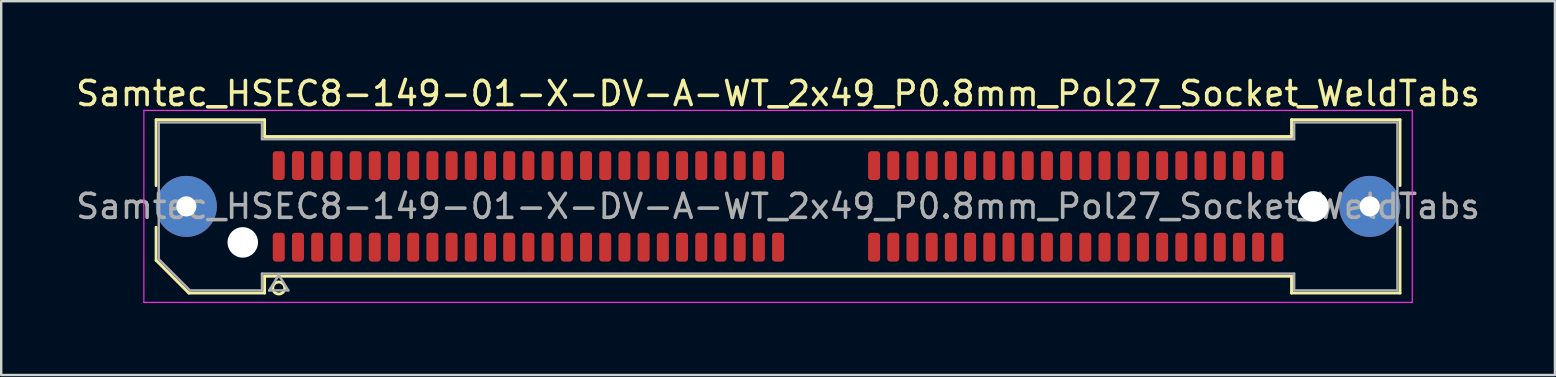
<source format=kicad_pcb>
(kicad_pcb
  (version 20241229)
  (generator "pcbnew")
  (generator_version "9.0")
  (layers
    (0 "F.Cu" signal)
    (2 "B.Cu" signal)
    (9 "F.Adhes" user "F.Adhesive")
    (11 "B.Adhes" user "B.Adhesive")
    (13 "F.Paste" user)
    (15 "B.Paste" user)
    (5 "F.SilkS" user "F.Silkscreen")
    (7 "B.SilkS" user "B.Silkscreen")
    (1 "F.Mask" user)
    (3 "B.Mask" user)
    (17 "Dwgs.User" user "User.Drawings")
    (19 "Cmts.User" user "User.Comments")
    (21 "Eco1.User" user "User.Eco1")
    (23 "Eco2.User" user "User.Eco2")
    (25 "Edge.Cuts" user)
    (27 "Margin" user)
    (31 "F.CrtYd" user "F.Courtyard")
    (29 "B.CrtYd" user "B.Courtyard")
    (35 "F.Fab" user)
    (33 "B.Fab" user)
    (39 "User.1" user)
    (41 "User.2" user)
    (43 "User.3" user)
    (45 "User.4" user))
  (footprint "Samtec_HSEC8-149-01-X-DV-A-WT_2x49_P0.8mm_Pol27_Socket_WeldTabs"
    (layer "F.Cu")
    (at 29.363 5.548)
    (property "Reference" "Samtec_HSEC8-149-01-X-DV-A-WT_2x49_P0.8mm_Pol27_Socket_WeldTabs" (at 0 -4.7 0) (layer "F.SilkS") (effects (font (size 1 1) (thickness 0.15))))
    (attr smd)
    (fp_line (start -25.91 -3.61) (end -21.39 -3.61) (stroke (width 0.12) (type solid)) (layer "F.SilkS"))
    (fp_line (start -25.91 -0.868) (end -25.91 -3.61) (stroke (width 0.12) (type solid)) (layer "F.SilkS"))
    (fp_line (start -25.91 2.246) (end -25.91 0.868) (stroke (width 0.12) (type solid)) (layer "F.SilkS"))
    (fp_line (start -24.546 3.61) (end -25.91 2.246) (stroke (width 0.12) (type solid)) (layer "F.SilkS"))
    (fp_line (start -21.39 -3.61) (end -21.39 -2.91) (stroke (width 0.12) (type solid)) (layer "F.SilkS"))
    (fp_line (start -21.39 -2.91) (end 21.39 -2.91) (stroke (width 0.12) (type solid)) (layer "F.SilkS"))
    (fp_line (start -21.39 2.91) (end -21.39 3.61) (stroke (width 0.12) (type solid)) (layer "F.SilkS"))
    (fp_line (start -21.39 3.61) (end -24.546 3.61) (stroke (width 0.12) (type solid)) (layer "F.SilkS"))
    (fp_line (start 21.39 -3.61) (end 25.91 -3.61) (stroke (width 0.12) (type solid)) (layer "F.SilkS"))
    (fp_line (start 21.39 -2.91) (end 21.39 -3.61) (stroke (width 0.12) (type solid)) (layer "F.SilkS"))
    (fp_line (start 21.39 2.91) (end -21.39 2.91) (stroke (width 0.12) (type solid)) (layer "F.SilkS"))
    (fp_line (start 21.39 3.61) (end 21.39 2.91) (stroke (width 0.12) (type solid)) (layer "F.SilkS"))
    (fp_line (start 25.91 -3.61) (end 25.91 -0.868) (stroke (width 0.12) (type solid)) (layer "F.SilkS"))
    (fp_line (start 25.91 0.868) (end 25.91 3.61) (stroke (width 0.12) (type solid)) (layer "F.SilkS"))
    (fp_line (start 25.91 3.61) (end 21.39 3.61) (stroke (width 0.12) (type solid)) (layer "F.SilkS"))
    (fp_circle (center -20.8 3.4) (end -20.55 3.4) (stroke (width 0.12) (type solid)) (fill no) (layer "F.SilkS"))
    (fp_line (start -26.42 -4) (end -26.42 4) (stroke (width 0.05) (type solid)) (layer "F.CrtYd"))
    (fp_line (start -26.42 4) (end 26.42 4) (stroke (width 0.05) (type solid)) (layer "F.CrtYd"))
    (fp_line (start 26.42 -4) (end -26.42 -4) (stroke (width 0.05) (type solid)) (layer "F.CrtYd"))
    (fp_line (start 26.42 4) (end 26.42 -4) (stroke (width 0.05) (type solid)) (layer "F.CrtYd"))
    (fp_line (start -25.8 -3.5) (end -21.5 -3.5) (stroke (width 0.1) (type solid)) (layer "F.Fab"))
    (fp_line (start -25.8 2.2) (end -25.8 -3.5) (stroke (width 0.1) (type solid)) (layer "F.Fab"))
    (fp_line (start -24.5 3.5) (end -25.8 2.2) (stroke (width 0.1) (type solid)) (layer "F.Fab"))
    (fp_line (start -21.5 -3.5) (end -21.5 -2.8) (stroke (width 0.1) (type solid)) (layer "F.Fab"))
    (fp_line (start -21.5 -2.8) (end 21.5 -2.8) (stroke (width 0.1) (type solid)) (layer "F.Fab"))
    (fp_line (start -21.5 2.8) (end -21.5 3.5) (stroke (width 0.1) (type solid)) (layer "F.Fab"))
    (fp_line (start -21.5 3.5) (end -24.5 3.5) (stroke (width 0.1) (type solid)) (layer "F.Fab"))
    (fp_line (start -21.2 3.5) (end -20.8 2.86) (stroke (width 0.1) (type solid)) (layer "F.Fab"))
    (fp_line (start -20.8 2.86) (end -20.4 3.5) (stroke (width 0.1) (type solid)) (layer "F.Fab"))
    (fp_line (start -20.4 3.5) (end -21.2 3.5) (stroke (width 0.1) (type solid)) (layer "F.Fab"))
    (fp_line (start 21.5 -3.5) (end 25.8 -3.5) (stroke (width 0.1) (type solid)) (layer "F.Fab"))
    (fp_line (start 21.5 -2.8) (end 21.5 -3.5) (stroke (width 0.1) (type solid)) (layer "F.Fab"))
    (fp_line (start 21.5 2.8) (end -21.5 2.8) (stroke (width 0.1) (type solid)) (layer "F.Fab"))
    (fp_line (start 21.5 3.5) (end 21.5 2.8) (stroke (width 0.1) (type solid)) (layer "F.Fab"))
    (fp_line (start 25.8 -3.5) (end 25.8 3.5) (stroke (width 0.1) (type solid)) (layer "F.Fab"))
    (fp_line (start 25.8 3.5) (end 21.5 3.5) (stroke (width 0.1) (type solid)) (layer "F.Fab"))
    (fp_text user "${REFERENCE}" (at 0 0 0) (layer "F.Fab") (effects (font (size 1 1) (thickness 0.15))))
    (pad "" thru_hole circle (at -24.65 0) (size 2.54 2.54) (drill 0.84) (layers "*.Cu" "*.Mask" "F.Paste"))
    (pad "" np_thru_hole circle (at -22.3 1.5) (size 1.27 1.27) (drill 1.27) (layers "*.Cu" "*.Mask"))
    (pad "" np_thru_hole circle (at 22.3 0) (size 1.27 1.27) (drill 1.27) (layers "*.Cu" "*.Mask"))
    (pad "" thru_hole circle (at 24.65 0) (size 2.54 2.54) (drill 0.84) (layers "*.Cu" "*.Mask" "F.Paste"))
    (pad "1" smd roundrect (at -20.8 1.7) (size 0.5 1.2) (layers "F.Cu" "F.Mask" "F.Paste") (roundrect_rratio 0.25))
    (pad "2" smd roundrect (at -20.8 -1.7) (size 0.5 1.2) (layers "F.Cu" "F.Mask" "F.Paste") (roundrect_rratio 0.25))
    (pad "3" smd roundrect (at -20 1.7) (size 0.5 1.2) (layers "F.Cu" "F.Mask" "F.Paste") (roundrect_rratio 0.25))
    (pad "4" smd roundrect (at -20 -1.7) (size 0.5 1.2) (layers "F.Cu" "F.Mask" "F.Paste") (roundrect_rratio 0.25))
    (pad "5" smd roundrect (at -19.2 1.7) (size 0.5 1.2) (layers "F.Cu" "F.Mask" "F.Paste") (roundrect_rratio 0.25))
    (pad "6" smd roundrect (at -19.2 -1.7) (size 0.5 1.2) (layers "F.Cu" "F.Mask" "F.Paste") (roundrect_rratio 0.25))
    (pad "7" smd roundrect (at -18.4 1.7) (size 0.5 1.2) (layers "F.Cu" "F.Mask" "F.Paste") (roundrect_rratio 0.25))
    (pad "8" smd roundrect (at -18.4 -1.7) (size 0.5 1.2) (layers "F.Cu" "F.Mask" "F.Paste") (roundrect_rratio 0.25))
    (pad "9" smd roundrect (at -17.6 1.7) (size 0.5 1.2) (layers "F.Cu" "F.Mask" "F.Paste") (roundrect_rratio 0.25))
    (pad "10" smd roundrect (at -17.6 -1.7) (size 0.5 1.2) (layers "F.Cu" "F.Mask" "F.Paste") (roundrect_rratio 0.25))
    (pad "11" smd roundrect (at -16.8 1.7) (size 0.5 1.2) (layers "F.Cu" "F.Mask" "F.Paste") (roundrect_rratio 0.25))
    (pad "12" smd roundrect (at -16.8 -1.7) (size 0.5 1.2) (layers "F.Cu" "F.Mask" "F.Paste") (roundrect_rratio 0.25))
    (pad "13" smd roundrect (at -16 1.7) (size 0.5 1.2) (layers "F.Cu" "F.Mask" "F.Paste") (roundrect_rratio 0.25))
    (pad "14" smd roundrect (at -16 -1.7) (size 0.5 1.2) (layers "F.Cu" "F.Mask" "F.Paste") (roundrect_rratio 0.25))
    (pad "15" smd roundrect (at -15.2 1.7) (size 0.5 1.2) (layers "F.Cu" "F.Mask" "F.Paste") (roundrect_rratio 0.25))
    (pad "16" smd roundrect (at -15.2 -1.7) (size 0.5 1.2) (layers "F.Cu" "F.Mask" "F.Paste") (roundrect_rratio 0.25))
    (pad "17" smd roundrect (at -14.4 1.7) (size 0.5 1.2) (layers "F.Cu" "F.Mask" "F.Paste") (roundrect_rratio 0.25))
    (pad "18" smd roundrect (at -14.4 -1.7) (size 0.5 1.2) (layers "F.Cu" "F.Mask" "F.Paste") (roundrect_rratio 0.25))
    (pad "19" smd roundrect (at -13.6 1.7) (size 0.5 1.2) (layers "F.Cu" "F.Mask" "F.Paste") (roundrect_rratio 0.25))
    (pad "20" smd roundrect (at -13.6 -1.7) (size 0.5 1.2) (layers "F.Cu" "F.Mask" "F.Paste") (roundrect_rratio 0.25))
    (pad "21" smd roundrect (at -12.8 1.7) (size 0.5 1.2) (layers "F.Cu" "F.Mask" "F.Paste") (roundrect_rratio 0.25))
    (pad "22" smd roundrect (at -12.8 -1.7) (size 0.5 1.2) (layers "F.Cu" "F.Mask" "F.Paste") (roundrect_rratio 0.25))
    (pad "23" smd roundrect (at -12 1.7) (size 0.5 1.2) (layers "F.Cu" "F.Mask" "F.Paste") (roundrect_rratio 0.25))
    (pad "24" smd roundrect (at -12 -1.7) (size 0.5 1.2) (layers "F.Cu" "F.Mask" "F.Paste") (roundrect_rratio 0.25))
    (pad "25" smd roundrect (at -11.2 1.7) (size 0.5 1.2) (layers "F.Cu" "F.Mask" "F.Paste") (roundrect_rratio 0.25))
    (pad "26" smd roundrect (at -11.2 -1.7) (size 0.5 1.2) (layers "F.Cu" "F.Mask" "F.Paste") (roundrect_rratio 0.25))
    (pad "27" smd roundrect (at -10.4 1.7) (size 0.5 1.2) (layers "F.Cu" "F.Mask" "F.Paste") (roundrect_rratio 0.25))
    (pad "28" smd roundrect (at -10.4 -1.7) (size 0.5 1.2) (layers "F.Cu" "F.Mask" "F.Paste") (roundrect_rratio 0.25))
    (pad "29" smd roundrect (at -9.6 1.7) (size 0.5 1.2) (layers "F.Cu" "F.Mask" "F.Paste") (roundrect_rratio 0.25))
    (pad "30" smd roundrect (at -9.6 -1.7) (size 0.5 1.2) (layers "F.Cu" "F.Mask" "F.Paste") (roundrect_rratio 0.25))
    (pad "31" smd roundrect (at -8.8 1.7) (size 0.5 1.2) (layers "F.Cu" "F.Mask" "F.Paste") (roundrect_rratio 0.25))
    (pad "32" smd roundrect (at -8.8 -1.7) (size 0.5 1.2) (layers "F.Cu" "F.Mask" "F.Paste") (roundrect_rratio 0.25))
    (pad "33" smd roundrect (at -8 1.7) (size 0.5 1.2) (layers "F.Cu" "F.Mask" "F.Paste") (roundrect_rratio 0.25))
    (pad "34" smd roundrect (at -8 -1.7) (size 0.5 1.2) (layers "F.Cu" "F.Mask" "F.Paste") (roundrect_rratio 0.25))
    (pad "35" smd roundrect (at -7.2 1.7) (size 0.5 1.2) (layers "F.Cu" "F.Mask" "F.Paste") (roundrect_rratio 0.25))
    (pad "36" smd roundrect (at -7.2 -1.7) (size 0.5 1.2) (layers "F.Cu" "F.Mask" "F.Paste") (roundrect_rratio 0.25))
    (pad "37" smd roundrect (at -6.4 1.7) (size 0.5 1.2) (layers "F.Cu" "F.Mask" "F.Paste") (roundrect_rratio 0.25))
    (pad "38" smd roundrect (at -6.4 -1.7) (size 0.5 1.2) (layers "F.Cu" "F.Mask" "F.Paste") (roundrect_rratio 0.25))
    (pad "39" smd roundrect (at -5.6 1.7) (size 0.5 1.2) (layers "F.Cu" "F.Mask" "F.Paste") (roundrect_rratio 0.25))
    (pad "40" smd roundrect (at -5.6 -1.7) (size 0.5 1.2) (layers "F.Cu" "F.Mask" "F.Paste") (roundrect_rratio 0.25))
    (pad "41" smd roundrect (at -4.8 1.7) (size 0.5 1.2) (layers "F.Cu" "F.Mask" "F.Paste") (roundrect_rratio 0.25))
    (pad "42" smd roundrect (at -4.8 -1.7) (size 0.5 1.2) (layers "F.Cu" "F.Mask" "F.Paste") (roundrect_rratio 0.25))
    (pad "43" smd roundrect (at -4 1.7) (size 0.5 1.2) (layers "F.Cu" "F.Mask" "F.Paste") (roundrect_rratio 0.25))
    (pad "44" smd roundrect (at -4 -1.7) (size 0.5 1.2) (layers "F.Cu" "F.Mask" "F.Paste") (roundrect_rratio 0.25))
    (pad "45" smd roundrect (at -3.2 1.7) (size 0.5 1.2) (layers "F.Cu" "F.Mask" "F.Paste") (roundrect_rratio 0.25))
    (pad "46" smd roundrect (at -3.2 -1.7) (size 0.5 1.2) (layers "F.Cu" "F.Mask" "F.Paste") (roundrect_rratio 0.25))
    (pad "47" smd roundrect (at -2.4 1.7) (size 0.5 1.2) (layers "F.Cu" "F.Mask" "F.Paste") (roundrect_rratio 0.25))
    (pad "48" smd roundrect (at -2.4 -1.7) (size 0.5 1.2) (layers "F.Cu" "F.Mask" "F.Paste") (roundrect_rratio 0.25))
    (pad "49" smd roundrect (at -1.6 1.7) (size 0.5 1.2) (layers "F.Cu" "F.Mask" "F.Paste") (roundrect_rratio 0.25))
    (pad "50" smd roundrect (at -1.6 -1.7) (size 0.5 1.2) (layers "F.Cu" "F.Mask" "F.Paste") (roundrect_rratio 0.25))
    (pad "51" smd roundrect (at -0.8 1.7) (size 0.5 1.2) (layers "F.Cu" "F.Mask" "F.Paste") (roundrect_rratio 0.25))
    (pad "52" smd roundrect (at -0.8 -1.7) (size 0.5 1.2) (layers "F.Cu" "F.Mask" "F.Paste") (roundrect_rratio 0.25))
    (pad "53" smd roundrect (at 0 1.7) (size 0.5 1.2) (layers "F.Cu" "F.Mask" "F.Paste") (roundrect_rratio 0.25))
    (pad "54" smd roundrect (at 0 -1.7) (size 0.5 1.2) (layers "F.Cu" "F.Mask" "F.Paste") (roundrect_rratio 0.25))
    (pad "55" smd roundrect (at 4 1.7) (size 0.5 1.2) (layers "F.Cu" "F.Mask" "F.Paste") (roundrect_rratio 0.25))
    (pad "56" smd roundrect (at 4 -1.7) (size 0.5 1.2) (layers "F.Cu" "F.Mask" "F.Paste") (roundrect_rratio 0.25))
    (pad "57" smd roundrect (at 4.8 1.7) (size 0.5 1.2) (layers "F.Cu" "F.Mask" "F.Paste") (roundrect_rratio 0.25))
    (pad "58" smd roundrect (at 4.8 -1.7) (size 0.5 1.2) (layers "F.Cu" "F.Mask" "F.Paste") (roundrect_rratio 0.25))
    (pad "59" smd roundrect (at 5.6 1.7) (size 0.5 1.2) (layers "F.Cu" "F.Mask" "F.Paste") (roundrect_rratio 0.25))
    (pad "60" smd roundrect (at 5.6 -1.7) (size 0.5 1.2) (layers "F.Cu" "F.Mask" "F.Paste") (roundrect_rratio 0.25))
    (pad "61" smd roundrect (at 6.4 1.7) (size 0.5 1.2) (layers "F.Cu" "F.Mask" "F.Paste") (roundrect_rratio 0.25))
    (pad "62" smd roundrect (at 6.4 -1.7) (size 0.5 1.2) (layers "F.Cu" "F.Mask" "F.Paste") (roundrect_rratio 0.25))
    (pad "63" smd roundrect (at 7.2 1.7) (size 0.5 1.2) (layers "F.Cu" "F.Mask" "F.Paste") (roundrect_rratio 0.25))
    (pad "64" smd roundrect (at 7.2 -1.7) (size 0.5 1.2) (layers "F.Cu" "F.Mask" "F.Paste") (roundrect_rratio 0.25))
    (pad "65" smd roundrect (at 8 1.7) (size 0.5 1.2) (layers "F.Cu" "F.Mask" "F.Paste") (roundrect_rratio 0.25))
    (pad "66" smd roundrect (at 8 -1.7) (size 0.5 1.2) (layers "F.Cu" "F.Mask" "F.Paste") (roundrect_rratio 0.25))
    (pad "67" smd roundrect (at 8.8 1.7) (size 0.5 1.2) (layers "F.Cu" "F.Mask" "F.Paste") (roundrect_rratio 0.25))
    (pad "68" smd roundrect (at 8.8 -1.7) (size 0.5 1.2) (layers "F.Cu" "F.Mask" "F.Paste") (roundrect_rratio 0.25))
    (pad "69" smd roundrect (at 9.6 1.7) (size 0.5 1.2) (layers "F.Cu" "F.Mask" "F.Paste") (roundrect_rratio 0.25))
    (pad "70" smd roundrect (at 9.6 -1.7) (size 0.5 1.2) (layers "F.Cu" "F.Mask" "F.Paste") (roundrect_rratio 0.25))
    (pad "71" smd roundrect (at 10.4 1.7) (size 0.5 1.2) (layers "F.Cu" "F.Mask" "F.Paste") (roundrect_rratio 0.25))
    (pad "72" smd roundrect (at 10.4 -1.7) (size 0.5 1.2) (layers "F.Cu" "F.Mask" "F.Paste") (roundrect_rratio 0.25))
    (pad "73" smd roundrect (at 11.2 1.7) (size 0.5 1.2) (layers "F.Cu" "F.Mask" "F.Paste") (roundrect_rratio 0.25))
    (pad "74" smd roundrect (at 11.2 -1.7) (size 0.5 1.2) (layers "F.Cu" "F.Mask" "F.Paste") (roundrect_rratio 0.25))
    (pad "75" smd roundrect (at 12 1.7) (size 0.5 1.2) (layers "F.Cu" "F.Mask" "F.Paste") (roundrect_rratio 0.25))
    (pad "76" smd roundrect (at 12 -1.7) (size 0.5 1.2) (layers "F.Cu" "F.Mask" "F.Paste") (roundrect_rratio 0.25))
    (pad "77" smd roundrect (at 12.8 1.7) (size 0.5 1.2) (layers "F.Cu" "F.Mask" "F.Paste") (roundrect_rratio 0.25))
    (pad "78" smd roundrect (at 12.8 -1.7) (size 0.5 1.2) (layers "F.Cu" "F.Mask" "F.Paste") (roundrect_rratio 0.25))
    (pad "79" smd roundrect (at 13.6 1.7) (size 0.5 1.2) (layers "F.Cu" "F.Mask" "F.Paste") (roundrect_rratio 0.25))
    (pad "80" smd roundrect (at 13.6 -1.7) (size 0.5 1.2) (layers "F.Cu" "F.Mask" "F.Paste") (roundrect_rratio 0.25))
    (pad "81" smd roundrect (at 14.4 1.7) (size 0.5 1.2) (layers "F.Cu" "F.Mask" "F.Paste") (roundrect_rratio 0.25))
    (pad "82" smd roundrect (at 14.4 -1.7) (size 0.5 1.2) (layers "F.Cu" "F.Mask" "F.Paste") (roundrect_rratio 0.25))
    (pad "83" smd roundrect (at 15.2 1.7) (size 0.5 1.2) (layers "F.Cu" "F.Mask" "F.Paste") (roundrect_rratio 0.25))
    (pad "84" smd roundrect (at 15.2 -1.7) (size 0.5 1.2) (layers "F.Cu" "F.Mask" "F.Paste") (roundrect_rratio 0.25))
    (pad "85" smd roundrect (at 16 1.7) (size 0.5 1.2) (layers "F.Cu" "F.Mask" "F.Paste") (roundrect_rratio 0.25))
    (pad "86" smd roundrect (at 16 -1.7) (size 0.5 1.2) (layers "F.Cu" "F.Mask" "F.Paste") (roundrect_rratio 0.25))
    (pad "87" smd roundrect (at 16.8 1.7) (size 0.5 1.2) (layers "F.Cu" "F.Mask" "F.Paste") (roundrect_rratio 0.25))
    (pad "88" smd roundrect (at 16.8 -1.7) (size 0.5 1.2) (layers "F.Cu" "F.Mask" "F.Paste") (roundrect_rratio 0.25))
    (pad "89" smd roundrect (at 17.6 1.7) (size 0.5 1.2) (layers "F.Cu" "F.Mask" "F.Paste") (roundrect_rratio 0.25))
    (pad "90" smd roundrect (at 17.6 -1.7) (size 0.5 1.2) (layers "F.Cu" "F.Mask" "F.Paste") (roundrect_rratio 0.25))
    (pad "91" smd roundrect (at 18.4 1.7) (size 0.5 1.2) (layers "F.Cu" "F.Mask" "F.Paste") (roundrect_rratio 0.25))
    (pad "92" smd roundrect (at 18.4 -1.7) (size 0.5 1.2) (layers "F.Cu" "F.Mask" "F.Paste") (roundrect_rratio 0.25))
    (pad "93" smd roundrect (at 19.2 1.7) (size 0.5 1.2) (layers "F.Cu" "F.Mask" "F.Paste") (roundrect_rratio 0.25))
    (pad "94" smd roundrect (at 19.2 -1.7) (size 0.5 1.2) (layers "F.Cu" "F.Mask" "F.Paste") (roundrect_rratio 0.25))
    (pad "95" smd roundrect (at 20 1.7) (size 0.5 1.2) (layers "F.Cu" "F.Mask" "F.Paste") (roundrect_rratio 0.25))
    (pad "96" smd roundrect (at 20 -1.7) (size 0.5 1.2) (layers "F.Cu" "F.Mask" "F.Paste") (roundrect_rratio 0.25))
    (pad "97" smd roundrect (at 20.8 1.7) (size 0.5 1.2) (layers "F.Cu" "F.Mask" "F.Paste") (roundrect_rratio 0.25))
    (pad "98" smd roundrect (at 20.8 -1.7) (size 0.5 1.2) (layers "F.Cu" "F.Mask" "F.Paste") (roundrect_rratio 0.25)))
  (gr_rect
    (start -3 -3)
    (end 61.726 12.573)
    (stroke (width 0.1) (type default))
    (fill no)
    (layer "Edge.Cuts")))
</source>
